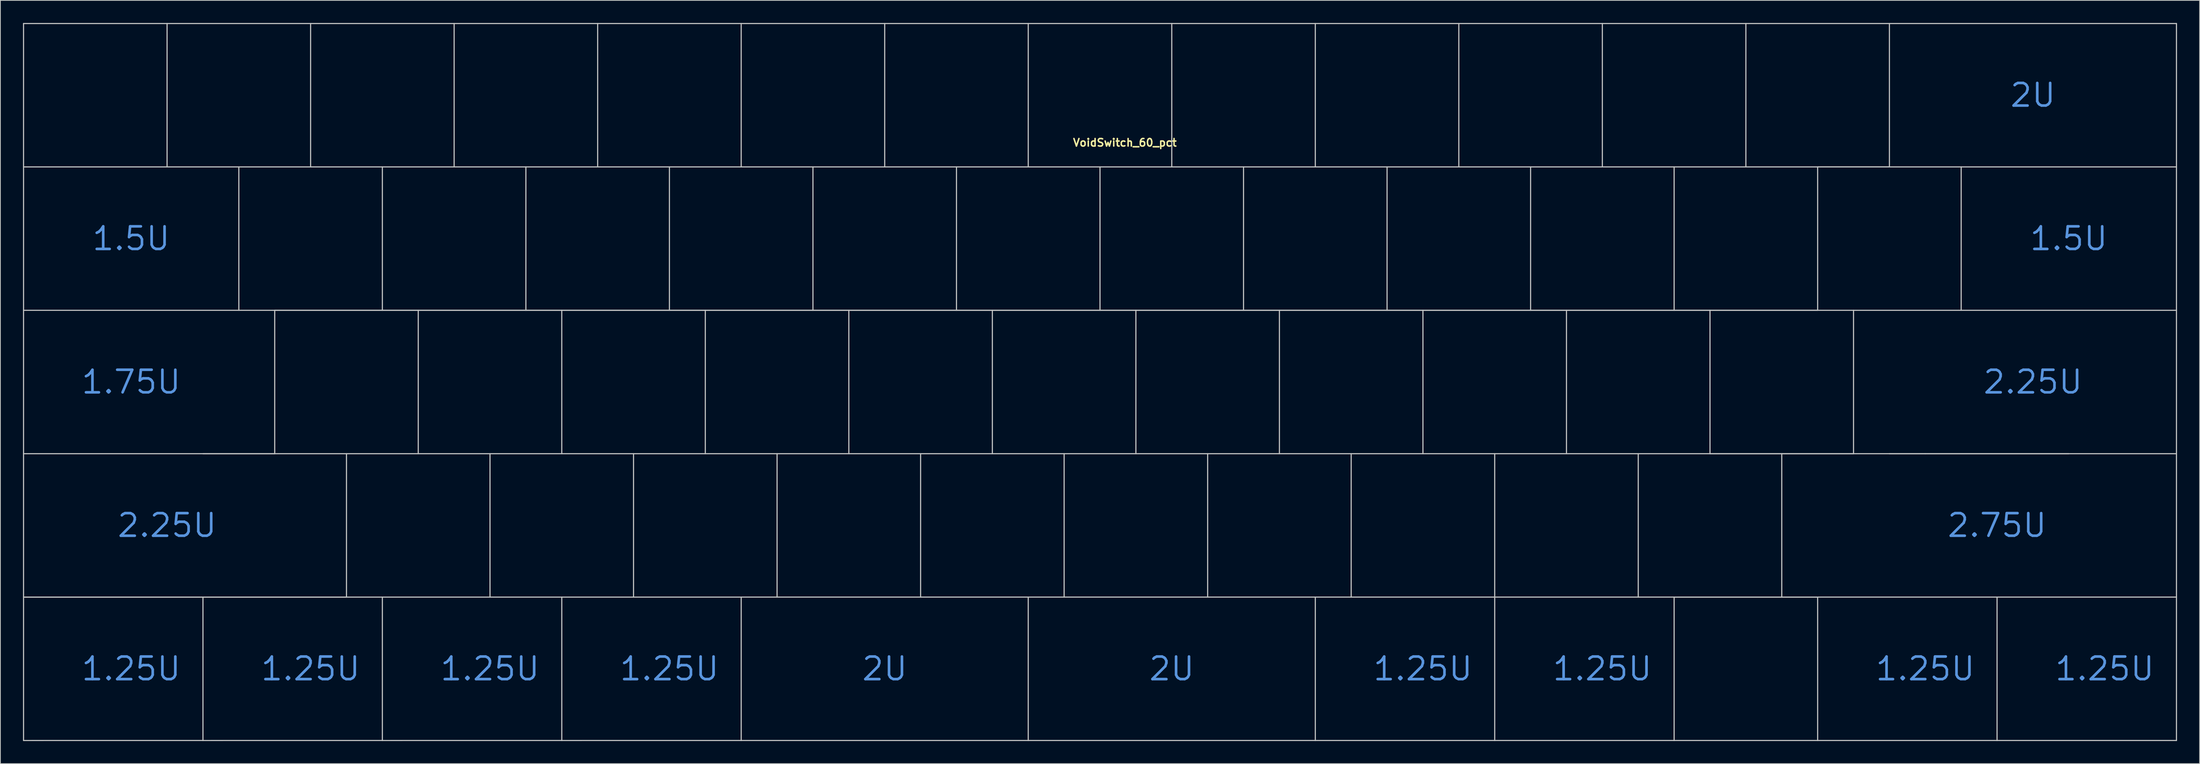
<source format=kicad_pcb>
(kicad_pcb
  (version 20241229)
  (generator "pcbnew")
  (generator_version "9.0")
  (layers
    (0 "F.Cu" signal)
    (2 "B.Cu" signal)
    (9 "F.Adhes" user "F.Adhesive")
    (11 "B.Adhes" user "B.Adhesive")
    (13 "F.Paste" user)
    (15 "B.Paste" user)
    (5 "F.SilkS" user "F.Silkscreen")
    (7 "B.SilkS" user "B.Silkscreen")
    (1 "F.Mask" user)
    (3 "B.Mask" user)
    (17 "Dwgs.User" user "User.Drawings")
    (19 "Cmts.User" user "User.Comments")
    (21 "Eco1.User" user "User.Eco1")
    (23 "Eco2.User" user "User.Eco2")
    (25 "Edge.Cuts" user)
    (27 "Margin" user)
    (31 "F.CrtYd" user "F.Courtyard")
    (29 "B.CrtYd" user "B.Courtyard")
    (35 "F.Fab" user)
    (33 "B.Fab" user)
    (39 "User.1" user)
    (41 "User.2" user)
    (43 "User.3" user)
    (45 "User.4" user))
  (footprint "VoidSwitch_60_pct"
    (layer "F.Cu")
    (at 142.95 9.6)
    (property "Reference" "VoidSwitch_60_pct" (at 3.3 6.3 0) (layer "F.SilkS") (effects (font (size 1 1) (thickness 0.2))))
    (attr smd exclude_from_bom)
    (fp_line (start -142.875 -9.525) (end -142.875 9.525) (stroke (width 0.15) (type solid)) (layer "Dwgs.User"))
    (fp_line (start -142.875 -9.525) (end -123.825 -9.525) (stroke (width 0.15) (type solid)) (layer "Dwgs.User"))
    (fp_line (start -142.875 28.575) (end -142.875 47.625) (stroke (width 0.15) (type solid)) (layer "Dwgs.User"))
    (fp_line (start -142.875 47.625) (end -142.875 66.675) (stroke (width 0.15) (type solid)) (layer "Dwgs.User"))
    (fp_line (start -142.874 66.676) (end -119.062 66.676) (stroke (width 0.15) (type solid)) (layer "Dwgs.User"))
    (fp_line (start -142.874 85.726) (end -142.874 66.676) (stroke (width 0.15) (type solid)) (layer "Dwgs.User"))
    (fp_line (start -142.873 28.575) (end -142.873 9.525) (stroke (width 0.15) (type solid)) (layer "Dwgs.User"))
    (fp_line (start -123.825 -9.525) (end -104.775 -9.525) (stroke (width 0.15) (type solid)) (layer "Dwgs.User"))
    (fp_line (start -123.825 9.525) (end -142.875 9.525) (stroke (width 0.15) (type solid)) (layer "Dwgs.User"))
    (fp_line (start -123.825 9.525) (end -123.825 -9.525) (stroke (width 0.15) (type solid)) (layer "Dwgs.User"))
    (fp_line (start -119.062 47.625) (end -100.013 47.625) (stroke (width 0.15) (type solid)) (layer "Dwgs.User"))
    (fp_line (start -119.062 66.676) (end -119.062 85.726) (stroke (width 0.15) (type solid)) (layer "Dwgs.User"))
    (fp_line (start -119.062 85.725) (end -142.874 85.726) (stroke (width 0.15) (type solid)) (layer "Dwgs.User"))
    (fp_line (start -119.061 66.676) (end -95.25 66.676) (stroke (width 0.15) (type solid)) (layer "Dwgs.User"))
    (fp_line (start -114.3 28.575) (end -142.873 28.575) (stroke (width 0.15) (type solid)) (layer "Dwgs.User"))
    (fp_line (start -114.3 28.575) (end -114.3 9.525) (stroke (width 0.15) (type solid)) (layer "Dwgs.User"))
    (fp_line (start -109.537 28.575) (end -90.487 28.575) (stroke (width 0.15) (type solid)) (layer "Dwgs.User"))
    (fp_line (start -109.537 47.625) (end -142.875 47.625) (stroke (width 0.15) (type solid)) (layer "Dwgs.User"))
    (fp_line (start -109.537 47.625) (end -109.537 28.575) (stroke (width 0.15) (type solid)) (layer "Dwgs.User"))
    (fp_line (start -104.775 -9.525) (end -104.775 9.525) (stroke (width 0.15) (type solid)) (layer "Dwgs.User"))
    (fp_line (start -104.775 -9.525) (end -85.725 -9.525) (stroke (width 0.15) (type solid)) (layer "Dwgs.User"))
    (fp_line (start -104.775 9.525) (end -123.825 9.525) (stroke (width 0.15) (type solid)) (layer "Dwgs.User"))
    (fp_line (start -100.013 47.625) (end -80.963 47.625) (stroke (width 0.15) (type solid)) (layer "Dwgs.User"))
    (fp_line (start -100.013 66.675) (end -142.875 66.675) (stroke (width 0.15) (type solid)) (layer "Dwgs.User"))
    (fp_line (start -100.013 66.675) (end -100.013 47.625) (stroke (width 0.15) (type solid)) (layer "Dwgs.User"))
    (fp_line (start -95.25 9.525) (end -95.25 28.575) (stroke (width 0.15) (type solid)) (layer "Dwgs.User"))
    (fp_line (start -95.25 28.575) (end -114.3 28.575) (stroke (width 0.15) (type solid)) (layer "Dwgs.User"))
    (fp_line (start -95.25 66.676) (end -95.25 85.726) (stroke (width 0.15) (type solid)) (layer "Dwgs.User"))
    (fp_line (start -95.25 85.725) (end -119.061 85.726) (stroke (width 0.15) (type solid)) (layer "Dwgs.User"))
    (fp_line (start -95.249 66.676) (end -71.438 66.676) (stroke (width 0.15) (type solid)) (layer "Dwgs.User"))
    (fp_line (start -90.487 28.575) (end -90.487 47.625) (stroke (width 0.15) (type solid)) (layer "Dwgs.User"))
    (fp_line (start -90.487 28.575) (end -71.438 28.575) (stroke (width 0.15) (type solid)) (layer "Dwgs.User"))
    (fp_line (start -85.725 -9.525) (end -85.725 9.525) (stroke (width 0.15) (type solid)) (layer "Dwgs.User"))
    (fp_line (start -85.725 -9.525) (end -66.675 -9.525) (stroke (width 0.15) (type solid)) (layer "Dwgs.User"))
    (fp_line (start -85.725 9.525) (end -104.775 9.525) (stroke (width 0.15) (type solid)) (layer "Dwgs.User"))
    (fp_line (start -80.963 47.625) (end -80.963 66.675) (stroke (width 0.15) (type solid)) (layer "Dwgs.User"))
    (fp_line (start -80.963 47.625) (end -61.913 47.625) (stroke (width 0.15) (type solid)) (layer "Dwgs.User"))
    (fp_line (start -76.2 9.525) (end -76.2 28.575) (stroke (width 0.15) (type solid)) (layer "Dwgs.User"))
    (fp_line (start -76.2 28.575) (end -95.25 28.575) (stroke (width 0.15) (type solid)) (layer "Dwgs.User"))
    (fp_line (start -71.438 28.575) (end -71.438 47.625) (stroke (width 0.15) (type solid)) (layer "Dwgs.User"))
    (fp_line (start -71.438 28.575) (end -52.388 28.575) (stroke (width 0.15) (type solid)) (layer "Dwgs.User"))
    (fp_line (start -71.438 85.725) (end -95.249 85.726) (stroke (width 0.15) (type solid)) (layer "Dwgs.User"))
    (fp_line (start -71.436 66.676) (end -47.625 66.676) (stroke (width 0.15) (type solid)) (layer "Dwgs.User"))
    (fp_line (start -71.436 85.726) (end -71.436 66.676) (stroke (width 0.15) (type solid)) (layer "Dwgs.User"))
    (fp_line (start -66.675 -9.525) (end -47.625 -9.525) (stroke (width 0.15) (type solid)) (layer "Dwgs.User"))
    (fp_line (start -66.675 9.525) (end -85.725 9.525) (stroke (width 0.15) (type solid)) (layer "Dwgs.User"))
    (fp_line (start -66.675 9.525) (end -66.675 -9.525) (stroke (width 0.15) (type solid)) (layer "Dwgs.User"))
    (fp_line (start -61.913 47.625) (end -61.913 66.675) (stroke (width 0.15) (type solid)) (layer "Dwgs.User"))
    (fp_line (start -61.913 47.625) (end -42.862 47.625) (stroke (width 0.15) (type solid)) (layer "Dwgs.User"))
    (fp_line (start -57.15 28.575) (end -76.2 28.575) (stroke (width 0.15) (type solid)) (layer "Dwgs.User"))
    (fp_line (start -57.15 28.575) (end -57.15 9.525) (stroke (width 0.15) (type solid)) (layer "Dwgs.User"))
    (fp_line (start -52.388 28.575) (end -33.337 28.575) (stroke (width 0.15) (type solid)) (layer "Dwgs.User"))
    (fp_line (start -52.388 47.625) (end -52.388 28.575) (stroke (width 0.15) (type solid)) (layer "Dwgs.User"))
    (fp_line (start -47.625 -9.525) (end -28.575 -9.525) (stroke (width 0.15) (type solid)) (layer "Dwgs.User"))
    (fp_line (start -47.625 9.525) (end -66.675 9.525) (stroke (width 0.15) (type solid)) (layer "Dwgs.User"))
    (fp_line (start -47.625 9.525) (end -47.625 -9.525) (stroke (width 0.15) (type solid)) (layer "Dwgs.User"))
    (fp_line (start -47.625 85.725) (end -71.436 85.726) (stroke (width 0.15) (type solid)) (layer "Dwgs.User"))
    (fp_line (start -47.624 66.675) (end -9.526 66.675) (stroke (width 0.15) (type solid)) (layer "Dwgs.User"))
    (fp_line (start -47.624 85.725) (end -47.624 66.675) (stroke (width 0.15) (type solid)) (layer "Dwgs.User"))
    (fp_line (start -42.862 47.625) (end -23.812 47.625) (stroke (width 0.15) (type solid)) (layer "Dwgs.User"))
    (fp_line (start -42.862 66.675) (end -42.862 47.625) (stroke (width 0.15) (type solid)) (layer "Dwgs.User"))
    (fp_line (start -38.1 28.575) (end -57.15 28.575) (stroke (width 0.15) (type solid)) (layer "Dwgs.User"))
    (fp_line (start -38.1 28.575) (end -38.1 9.525) (stroke (width 0.15) (type solid)) (layer "Dwgs.User"))
    (fp_line (start -33.337 28.575) (end -14.287 28.575) (stroke (width 0.15) (type solid)) (layer "Dwgs.User"))
    (fp_line (start -33.337 47.625) (end -33.337 28.575) (stroke (width 0.15) (type solid)) (layer "Dwgs.User"))
    (fp_line (start -28.575 -9.525) (end -9.525 -9.525) (stroke (width 0.15) (type solid)) (layer "Dwgs.User"))
    (fp_line (start -28.575 9.525) (end -47.625 9.525) (stroke (width 0.15) (type solid)) (layer "Dwgs.User"))
    (fp_line (start -28.575 9.525) (end -28.575 -9.525) (stroke (width 0.15) (type solid)) (layer "Dwgs.User"))
    (fp_line (start -23.812 47.625) (end -4.763 47.625) (stroke (width 0.15) (type solid)) (layer "Dwgs.User"))
    (fp_line (start -23.812 66.675) (end -23.812 47.625) (stroke (width 0.15) (type solid)) (layer "Dwgs.User"))
    (fp_line (start -19.05 28.575) (end -38.1 28.575) (stroke (width 0.15) (type solid)) (layer "Dwgs.User"))
    (fp_line (start -19.05 28.575) (end -19.05 9.525) (stroke (width 0.15) (type solid)) (layer "Dwgs.User"))
    (fp_line (start -14.287 28.575) (end 4.763 28.575) (stroke (width 0.15) (type solid)) (layer "Dwgs.User"))
    (fp_line (start -14.287 47.625) (end -14.287 28.575) (stroke (width 0.15) (type solid)) (layer "Dwgs.User"))
    (fp_line (start -9.526 66.675) (end -9.526 85.725) (stroke (width 0.15) (type solid)) (layer "Dwgs.User"))
    (fp_line (start -9.526 85.725) (end -47.624 85.725) (stroke (width 0.15) (type solid)) (layer "Dwgs.User"))
    (fp_line (start -9.525 -9.525) (end 9.525 -9.525) (stroke (width 0.15) (type solid)) (layer "Dwgs.User"))
    (fp_line (start -9.525 9.525) (end -28.575 9.525) (stroke (width 0.15) (type solid)) (layer "Dwgs.User"))
    (fp_line (start -9.525 9.525) (end -9.525 -9.525) (stroke (width 0.15) (type solid)) (layer "Dwgs.User"))
    (fp_line (start -4.763 47.625) (end 14.287 47.625) (stroke (width 0.15) (type solid)) (layer "Dwgs.User"))
    (fp_line (start -4.763 66.675) (end -4.763 47.625) (stroke (width 0.15) (type solid)) (layer "Dwgs.User"))
    (fp_line (start 0 28.575) (end -19.05 28.575) (stroke (width 0.15) (type solid)) (layer "Dwgs.User"))
    (fp_line (start 0 28.575) (end 0 9.525) (stroke (width 0.15) (type solid)) (layer "Dwgs.User"))
    (fp_line (start 4.763 28.575) (end 23.812 28.575) (stroke (width 0.15) (type solid)) (layer "Dwgs.User"))
    (fp_line (start 4.763 47.625) (end 4.763 28.575) (stroke (width 0.15) (type solid)) (layer "Dwgs.User"))
    (fp_line (start 9.525 -9.525) (end 9.525 9.525) (stroke (width 0.15) (type solid)) (layer "Dwgs.User"))
    (fp_line (start 9.525 -9.525) (end 28.575 -9.525) (stroke (width 0.15) (type solid)) (layer "Dwgs.User"))
    (fp_line (start 9.525 9.525) (end -9.525 9.525) (stroke (width 0.15) (type solid)) (layer "Dwgs.User"))
    (fp_line (start 14.287 47.625) (end 33.337 47.625) (stroke (width 0.15) (type solid)) (layer "Dwgs.User"))
    (fp_line (start 14.287 66.675) (end 14.287 47.625) (stroke (width 0.15) (type solid)) (layer "Dwgs.User"))
    (fp_line (start 19.05 9.525) (end 19.05 28.575) (stroke (width 0.15) (type solid)) (layer "Dwgs.User"))
    (fp_line (start 19.05 28.575) (end 0 28.575) (stroke (width 0.15) (type solid)) (layer "Dwgs.User"))
    (fp_line (start 23.812 28.575) (end 23.812 47.625) (stroke (width 0.15) (type solid)) (layer "Dwgs.User"))
    (fp_line (start 23.812 28.575) (end 42.862 28.575) (stroke (width 0.15) (type solid)) (layer "Dwgs.User"))
    (fp_line (start 28.575 -9.525) (end 28.575 9.525) (stroke (width 0.15) (type solid)) (layer "Dwgs.User"))
    (fp_line (start 28.575 -9.525) (end 47.625 -9.525) (stroke (width 0.15) (type solid)) (layer "Dwgs.User"))
    (fp_line (start 28.575 9.525) (end 9.525 9.525) (stroke (width 0.15) (type solid)) (layer "Dwgs.User"))
    (fp_line (start 28.575 66.675) (end -9.523 66.675) (stroke (width 0.15) (type solid)) (layer "Dwgs.User"))
    (fp_line (start 28.575 85.725) (end -9.523 85.725) (stroke (width 0.15) (type solid)) (layer "Dwgs.User"))
    (fp_line (start 28.576 66.675) (end 52.388 66.675) (stroke (width 0.15) (type solid)) (layer "Dwgs.User"))
    (fp_line (start 28.576 85.725) (end 28.576 66.675) (stroke (width 0.15) (type solid)) (layer "Dwgs.User"))
    (fp_line (start 33.337 47.625) (end 33.337 66.675) (stroke (width 0.15) (type solid)) (layer "Dwgs.User"))
    (fp_line (start 33.337 47.625) (end 52.388 47.625) (stroke (width 0.15) (type solid)) (layer "Dwgs.User"))
    (fp_line (start 38.1 9.525) (end 38.1 28.575) (stroke (width 0.15) (type solid)) (layer "Dwgs.User"))
    (fp_line (start 38.1 28.575) (end 19.05 28.575) (stroke (width 0.15) (type solid)) (layer "Dwgs.User"))
    (fp_line (start 42.862 28.575) (end 42.862 47.625) (stroke (width 0.15) (type solid)) (layer "Dwgs.User"))
    (fp_line (start 42.862 28.575) (end 61.913 28.575) (stroke (width 0.15) (type solid)) (layer "Dwgs.User"))
    (fp_line (start 47.625 -9.525) (end 47.625 9.525) (stroke (width 0.15) (type solid)) (layer "Dwgs.User"))
    (fp_line (start 47.625 -9.525) (end 66.675 -9.525) (stroke (width 0.15) (type solid)) (layer "Dwgs.User"))
    (fp_line (start 47.625 9.525) (end 28.575 9.525) (stroke (width 0.15) (type solid)) (layer "Dwgs.User"))
    (fp_line (start 52.388 47.625) (end 52.388 66.675) (stroke (width 0.15) (type solid)) (layer "Dwgs.User"))
    (fp_line (start 52.388 47.625) (end 71.438 47.625) (stroke (width 0.15) (type solid)) (layer "Dwgs.User"))
    (fp_line (start 52.388 85.724) (end 28.576 85.725) (stroke (width 0.15) (type solid)) (layer "Dwgs.User"))
    (fp_line (start 52.389 85.725) (end 52.389 66.675) (stroke (width 0.15) (type solid)) (layer "Dwgs.User"))
    (fp_line (start 57.15 9.525) (end 57.15 28.575) (stroke (width 0.15) (type solid)) (layer "Dwgs.User"))
    (fp_line (start 57.15 28.575) (end 38.1 28.575) (stroke (width 0.15) (type solid)) (layer "Dwgs.User"))
    (fp_line (start 61.913 28.575) (end 61.913 47.625) (stroke (width 0.15) (type solid)) (layer "Dwgs.User"))
    (fp_line (start 61.913 28.575) (end 80.963 28.575) (stroke (width 0.15) (type solid)) (layer "Dwgs.User"))
    (fp_line (start 66.675 -9.525) (end 66.675 9.525) (stroke (width 0.15) (type solid)) (layer "Dwgs.User"))
    (fp_line (start 66.675 -9.525) (end 85.725 -9.525) (stroke (width 0.15) (type solid)) (layer "Dwgs.User"))
    (fp_line (start 66.675 9.525) (end 47.625 9.525) (stroke (width 0.15) (type solid)) (layer "Dwgs.User"))
    (fp_line (start 71.438 47.625) (end 71.438 66.675) (stroke (width 0.15) (type solid)) (layer "Dwgs.User"))
    (fp_line (start 71.438 47.625) (end 90.487 47.625) (stroke (width 0.15) (type solid)) (layer "Dwgs.User"))
    (fp_line (start 71.438 66.675) (end 52.388 66.675) (stroke (width 0.15) (type solid)) (layer "Dwgs.User"))
    (fp_line (start 76.2 9.525) (end 76.2 28.575) (stroke (width 0.15) (type solid)) (layer "Dwgs.User"))
    (fp_line (start 76.2 28.575) (end 57.15 28.575) (stroke (width 0.15) (type solid)) (layer "Dwgs.User"))
    (fp_line (start 76.2 66.675) (end 95.25 66.675) (stroke (width 0.15) (type solid)) (layer "Dwgs.User"))
    (fp_line (start 76.2 85.724) (end 52.389 85.725) (stroke (width 0.15) (type solid)) (layer "Dwgs.User"))
    (fp_line (start 76.2 85.725) (end 76.2 66.675) (stroke (width 0.15) (type solid)) (layer "Dwgs.User"))
    (fp_line (start 80.963 28.575) (end 80.963 47.625) (stroke (width 0.15) (type solid)) (layer "Dwgs.User"))
    (fp_line (start 80.963 28.575) (end 100.013 28.575) (stroke (width 0.15) (type solid)) (layer "Dwgs.User"))
    (fp_line (start 85.725 -9.525) (end 104.775 -9.525) (stroke (width 0.15) (type solid)) (layer "Dwgs.User"))
    (fp_line (start 85.725 9.525) (end 66.675 9.525) (stroke (width 0.15) (type solid)) (layer "Dwgs.User"))
    (fp_line (start 85.725 9.525) (end 85.725 -9.525) (stroke (width 0.15) (type solid)) (layer "Dwgs.User"))
    (fp_line (start 90.487 47.625) (end 90.487 66.675) (stroke (width 0.15) (type solid)) (layer "Dwgs.User"))
    (fp_line (start 90.487 47.625) (end 109.537 47.625) (stroke (width 0.15) (type solid)) (layer "Dwgs.User"))
    (fp_line (start 90.487 66.675) (end 71.438 66.675) (stroke (width 0.15) (type solid)) (layer "Dwgs.User"))
    (fp_line (start 95.25 9.525) (end 114.3 9.525) (stroke (width 0.15) (type solid)) (layer "Dwgs.User"))
    (fp_line (start 95.25 28.575) (end 76.2 28.575) (stroke (width 0.15) (type solid)) (layer "Dwgs.User"))
    (fp_line (start 95.25 28.575) (end 95.25 9.525) (stroke (width 0.15) (type solid)) (layer "Dwgs.User"))
    (fp_line (start 95.25 66.675) (end 95.25 85.725) (stroke (width 0.15) (type solid)) (layer "Dwgs.User"))
    (fp_line (start 95.25 85.725) (end 76.2 85.725) (stroke (width 0.15) (type solid)) (layer "Dwgs.User"))
    (fp_line (start 100.013 28.575) (end 142.875 28.575) (stroke (width 0.15) (type solid)) (layer "Dwgs.User"))
    (fp_line (start 100.013 47.625) (end 80.963 47.625) (stroke (width 0.15) (type solid)) (layer "Dwgs.User"))
    (fp_line (start 100.013 47.625) (end 100.013 28.575) (stroke (width 0.15) (type solid)) (layer "Dwgs.User"))
    (fp_line (start 104.775 -9.525) (end 104.775 9.525) (stroke (width 0.15) (type solid)) (layer "Dwgs.User"))
    (fp_line (start 104.775 9.525) (end 85.725 9.525) (stroke (width 0.15) (type solid)) (layer "Dwgs.User"))
    (fp_line (start 104.777 -9.525) (end 142.875 -9.525) (stroke (width 0.15) (type solid)) (layer "Dwgs.User"))
    (fp_line (start 109.537 47.625) (end 128.588 47.625) (stroke (width 0.15) (type solid)) (layer "Dwgs.User"))
    (fp_line (start 114.3 9.525) (end 114.3 28.575) (stroke (width 0.15) (type solid)) (layer "Dwgs.User"))
    (fp_line (start 114.302 9.525) (end 142.875 9.525) (stroke (width 0.15) (type solid)) (layer "Dwgs.User"))
    (fp_line (start 119.062 66.675) (end 119.062 85.725) (stroke (width 0.15) (type solid)) (layer "Dwgs.User"))
    (fp_line (start 119.062 85.724) (end 95.251 85.725) (stroke (width 0.15) (type solid)) (layer "Dwgs.User"))
    (fp_line (start 142.875 -9.525) (end 142.875 9.525) (stroke (width 0.15) (type solid)) (layer "Dwgs.User"))
    (fp_line (start 142.875 9.525) (end 142.875 28.575) (stroke (width 0.15) (type solid)) (layer "Dwgs.User"))
    (fp_line (start 142.875 28.575) (end 142.875 47.625) (stroke (width 0.15) (type solid)) (layer "Dwgs.User"))
    (fp_line (start 142.875 47.625) (end 104.777 47.625) (stroke (width 0.15) (type solid)) (layer "Dwgs.User"))
    (fp_line (start 142.875 47.625) (end 142.875 66.675) (stroke (width 0.15) (type solid)) (layer "Dwgs.User"))
    (fp_line (start 142.875 66.675) (end 90.487 66.675) (stroke (width 0.15) (type solid)) (layer "Dwgs.User"))
    (fp_line (start 142.875 66.675) (end 142.875 85.725) (stroke (width 0.15) (type solid)) (layer "Dwgs.User"))
    (fp_line (start 142.875 85.724) (end 119.064 85.725) (stroke (width 0.15) (type solid)) (layer "Dwgs.User"))
    (fp_text user "1.25U" (at 42.862 76.2 0) (unlocked yes) (layer "Cmts.User") (effects (font (size 3 3) (thickness 0.35))))
    (fp_text user "2U" (at -28.575 76.2 0) (unlocked yes) (layer "Cmts.User") (effects (font (size 3 3) (thickness 0.35))))
    (fp_text user "1.25U" (at 66.675 76.2 0) (unlocked yes) (layer "Cmts.User") (effects (font (size 3 3) (thickness 0.35))))
    (fp_text user "1.75U" (at -128.588 38.1 0) (unlocked yes) (layer "Cmts.User") (effects (font (size 3 3) (thickness 0.35))))
    (fp_text user "2U" (at 9.525 76.2 0) (unlocked yes) (layer "Cmts.User") (effects (font (size 3 3) (thickness 0.35))))
    (fp_text user "1.25U" (at 109.537 76.2 0) (unlocked yes) (layer "Cmts.User") (effects (font (size 3 3) (thickness 0.35))))
    (fp_text user "2.25U" (at -123.825 57.15 0) (unlocked yes) (layer "Cmts.User") (effects (font (size 3 3) (thickness 0.35))))
    (fp_text user "1.25U" (at -80.963 76.2 0) (unlocked yes) (layer "Cmts.User") (effects (font (size 3 3) (thickness 0.35))))
    (fp_text user "1.25U" (at -128.588 76.2 0) (unlocked yes) (layer "Cmts.User") (effects (font (size 3 3) (thickness 0.35))))
    (fp_text user "1.25U" (at -57.15 76.2 0) (unlocked yes) (layer "Cmts.User") (effects (font (size 3 3) (thickness 0.35))))
    (fp_text user "2U" (at 123.825 0 0) (unlocked yes) (layer "Cmts.User") (effects (font (size 3 3) (thickness 0.35))))
    (fp_text user "2.25U" (at 123.825 38.1 0) (unlocked yes) (layer "Cmts.User") (effects (font (size 3 3) (thickness 0.35))))
    (fp_text user "1.25U" (at -104.775 76.2 0) (unlocked yes) (layer "Cmts.User") (effects (font (size 3 3) (thickness 0.35))))
    (fp_text user "1.5U" (at 128.588 19.05 0) (unlocked yes) (layer "Cmts.User") (effects (font (size 3 3) (thickness 0.35))))
    (fp_text user "1.5U" (at -128.588 19.05 0) (unlocked yes) (layer "Cmts.User") (effects (font (size 3 3) (thickness 0.35))))
    (fp_text user "1.25U" (at 133.35 76.2 0) (unlocked yes) (layer "Cmts.User") (effects (font (size 3 3) (thickness 0.35))))
    (fp_text user "2.75U" (at 119.062 57.15 0) (unlocked yes) (layer "Cmts.User") (effects (font (size 3 3) (thickness 0.35)))))
  (gr_rect
    (start -3 -3)
    (end 288.9 98.401)
    (stroke (width 0.1) (type default))
    (fill no)
    (layer "Edge.Cuts")))
</source>
